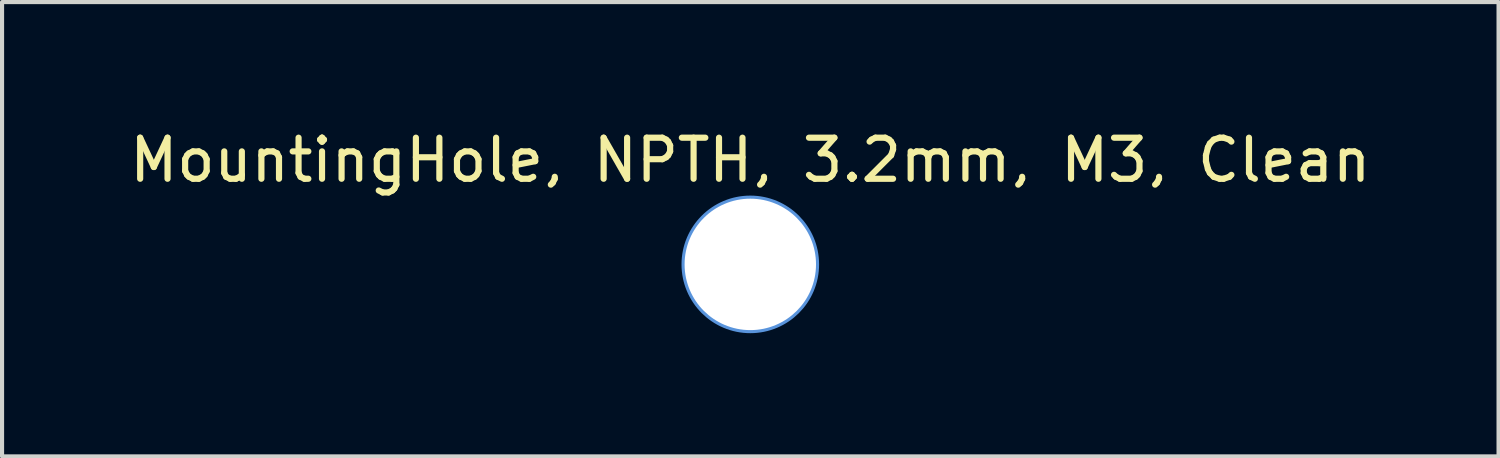
<source format=kicad_pcb>
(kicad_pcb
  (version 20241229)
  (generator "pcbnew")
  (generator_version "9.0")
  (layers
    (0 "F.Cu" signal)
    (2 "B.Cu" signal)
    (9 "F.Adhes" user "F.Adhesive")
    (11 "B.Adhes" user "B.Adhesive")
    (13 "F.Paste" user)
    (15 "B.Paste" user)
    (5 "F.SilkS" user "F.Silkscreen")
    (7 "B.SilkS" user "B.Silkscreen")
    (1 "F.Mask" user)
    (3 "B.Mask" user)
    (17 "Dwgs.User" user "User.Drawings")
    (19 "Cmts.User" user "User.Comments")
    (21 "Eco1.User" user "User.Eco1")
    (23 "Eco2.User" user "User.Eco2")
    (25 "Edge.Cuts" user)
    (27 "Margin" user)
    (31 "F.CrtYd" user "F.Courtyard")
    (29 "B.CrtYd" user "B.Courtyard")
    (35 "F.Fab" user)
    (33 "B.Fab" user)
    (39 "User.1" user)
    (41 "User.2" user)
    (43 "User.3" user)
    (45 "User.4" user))
  (footprint "MountingHole, NPTH, 3.2mm, M3, Clean"
    (layer "F.Cu")
    (at 15.22 3.388)
    (property "Reference" "MountingHole, NPTH, 3.2mm, M3, Clean" (at 0 -2.54 0) (layer "F.SilkS") (effects (font (size 1 1) (thickness 0.15))))
    (attr exclude_from_pos_files exclude_from_bom)
    (fp_circle (center 0 0) (end 1.6 0) (stroke (width 0.15) (type solid)) (fill no) (layer "Cmts.User"))
    (pad "" np_thru_hole circle (at 0 0 90) (size 3.2 3.2) (drill 3.2) (layers "*.Cu" "*.Mask")))
  (gr_rect
    (start -3 -3)
    (end 33.44 8.063)
    (stroke (width 0.1) (type default))
    (fill no)
    (layer "Edge.Cuts")))
</source>
